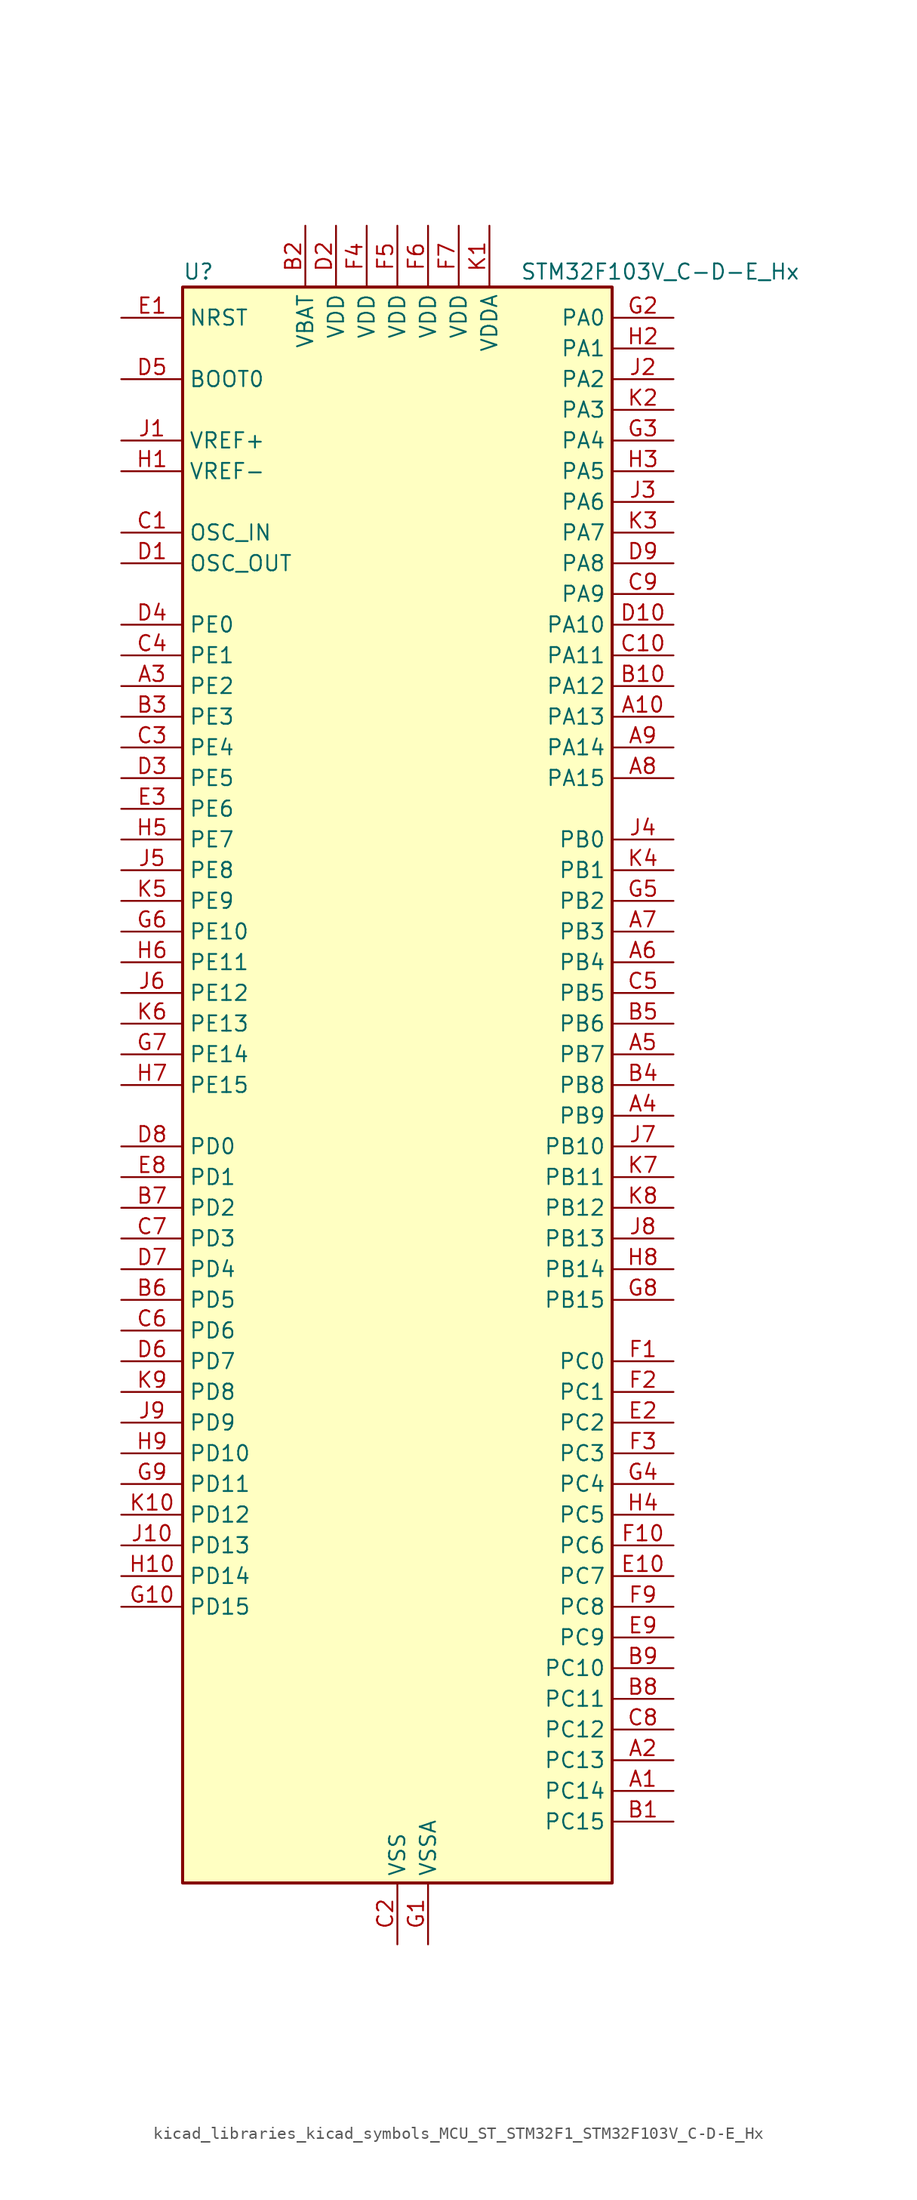
<source format=kicad_sym>
(kicad_symbol_lib
  (version 20220914)
  (generator kicad_symbol_editor)
  (symbol "kicad_libraries_kicad_symbols_MCU_ST_STM32F1_STM32F103V_C-D-E_Hx"
    (property "Reference" "U"
      (at -17.78 67.31 0)
      (effects (font (size 1.27 1.27)) (justify left)))
    (property "Value" "STM32F103V_C-D-E_Hx"
      (at 10.16 67.31 0)
      (effects (font (size 1.27 1.27)) (justify left)))
    (property "ki_locked" ""
      (at 0 0 0)
      (effects (font (size 1.27 1.27))))
    (symbol "kicad_libraries_kicad_symbols_MCU_ST_STM32F1_STM32F103V_C-D-E_Hx_0_1"
      (rectangle (start -17.78 -66.04) (end 17.78 66.04) (stroke (width 0.254) (type default)) (fill (type background))))
    (symbol "kicad_libraries_kicad_symbols_MCU_ST_STM32F1_STM32F103V_C-D-E_Hx_1_1"
      (pin bidirectional line (at 22.86 -58.42 180) (length 5.08) (name "PC14" (effects (font (size 1.27 1.27)))) (number "A1" (effects (font (size 1.27 1.27)))) (alternate "RCC_OSC32_IN" bidirectional line))
      (pin bidirectional line (at 22.86 30.48 180) (length 5.08) (name "PA13" (effects (font (size 1.27 1.27)))) (number "A10" (effects (font (size 1.27 1.27)))) (alternate "SYS_JTMS-SWDIO" bidirectional line))
      (pin bidirectional line (at 22.86 -55.88 180) (length 5.08) (name "PC13" (effects (font (size 1.27 1.27)))) (number "A2" (effects (font (size 1.27 1.27)))) (alternate "RTC_OUT" bidirectional line) (alternate "RTC_TAMPER" bidirectional line))
      (pin bidirectional line (at -22.86 33.02 0) (length 5.08) (name "PE2" (effects (font (size 1.27 1.27)))) (number "A3" (effects (font (size 1.27 1.27)))) (alternate "FSMC_A23" bidirectional line) (alternate "SYS_TRACECLK" bidirectional line))
      (pin bidirectional line (at 22.86 -2.54 180) (length 5.08) (name "PB9" (effects (font (size 1.27 1.27)))) (number "A4" (effects (font (size 1.27 1.27)))) (alternate "CAN_TX" bidirectional line) (alternate "DAC_EXTI9" bidirectional line) (alternate "I2C1_SDA" bidirectional line) (alternate "SDIO_D5" bidirectional line) (alternate "TIM4_CH4" bidirectional line))
      (pin bidirectional line (at 22.86 2.54 180) (length 5.08) (name "PB7" (effects (font (size 1.27 1.27)))) (number "A5" (effects (font (size 1.27 1.27)))) (alternate "FSMC_NL" bidirectional line) (alternate "I2C1_SDA" bidirectional line) (alternate "TIM4_CH2" bidirectional line) (alternate "USART1_RX" bidirectional line))
      (pin bidirectional line (at 22.86 10.16 180) (length 5.08) (name "PB4" (effects (font (size 1.27 1.27)))) (number "A6" (effects (font (size 1.27 1.27)))) (alternate "SPI1_MISO" bidirectional line) (alternate "SPI3_MISO" bidirectional line) (alternate "SYS_NJTRST" bidirectional line) (alternate "TIM3_CH1" bidirectional line))
      (pin bidirectional line (at 22.86 12.7 180) (length 5.08) (name "PB3" (effects (font (size 1.27 1.27)))) (number "A7" (effects (font (size 1.27 1.27)))) (alternate "I2S3_CK" bidirectional line) (alternate "SPI1_SCK" bidirectional line) (alternate "SPI3_SCK" bidirectional line) (alternate "SYS_JTDO-TRACESWO" bidirectional line) (alternate "TIM2_CH2" bidirectional line))
      (pin bidirectional line (at 22.86 25.4 180) (length 5.08) (name "PA15" (effects (font (size 1.27 1.27)))) (number "A8" (effects (font (size 1.27 1.27)))) (alternate "ADC1_EXTI15" bidirectional line) (alternate "ADC2_EXTI15" bidirectional line) (alternate "I2S3_WS" bidirectional line) (alternate "SPI1_NSS" bidirectional line) (alternate "SPI3_NSS" bidirectional line) (alternate "SYS_JTDI" bidirectional line) (alternate "TIM2_CH1" bidirectional line) (alternate "TIM2_ETR" bidirectional line))
      (pin bidirectional line (at 22.86 27.94 180) (length 5.08) (name "PA14" (effects (font (size 1.27 1.27)))) (number "A9" (effects (font (size 1.27 1.27)))) (alternate "SYS_JTCK-SWCLK" bidirectional line))
      (pin bidirectional line (at 22.86 -60.96 180) (length 5.08) (name "PC15" (effects (font (size 1.27 1.27)))) (number "B1" (effects (font (size 1.27 1.27)))) (alternate "ADC1_EXTI15" bidirectional line) (alternate "ADC2_EXTI15" bidirectional line) (alternate "RCC_OSC32_OUT" bidirectional line))
      (pin bidirectional line (at 22.86 33.02 180) (length 5.08) (name "PA12" (effects (font (size 1.27 1.27)))) (number "B10" (effects (font (size 1.27 1.27)))) (alternate "CAN_TX" bidirectional line) (alternate "TIM1_ETR" bidirectional line) (alternate "USART1_RTS" bidirectional line) (alternate "USB_DP" bidirectional line))
      (pin power_in line (at -7.62 71.12 270) (length 5.08) (name "VBAT" (effects (font (size 1.27 1.27)))) (number "B2" (effects (font (size 1.27 1.27)))))
      (pin bidirectional line (at -22.86 30.48 0) (length 5.08) (name "PE3" (effects (font (size 1.27 1.27)))) (number "B3" (effects (font (size 1.27 1.27)))) (alternate "FSMC_A19" bidirectional line) (alternate "SYS_TRACED0" bidirectional line))
      (pin bidirectional line (at 22.86 0 180) (length 5.08) (name "PB8" (effects (font (size 1.27 1.27)))) (number "B4" (effects (font (size 1.27 1.27)))) (alternate "CAN_RX" bidirectional line) (alternate "I2C1_SCL" bidirectional line) (alternate "SDIO_D4" bidirectional line) (alternate "TIM4_CH3" bidirectional line))
      (pin bidirectional line (at 22.86 5.08 180) (length 5.08) (name "PB6" (effects (font (size 1.27 1.27)))) (number "B5" (effects (font (size 1.27 1.27)))) (alternate "I2C1_SCL" bidirectional line) (alternate "TIM4_CH1" bidirectional line) (alternate "USART1_TX" bidirectional line))
      (pin bidirectional line (at -22.86 -17.78 0) (length 5.08) (name "PD5" (effects (font (size 1.27 1.27)))) (number "B6" (effects (font (size 1.27 1.27)))) (alternate "FSMC_NWE" bidirectional line) (alternate "USART2_TX" bidirectional line))
      (pin bidirectional line (at -22.86 -10.16 0) (length 5.08) (name "PD2" (effects (font (size 1.27 1.27)))) (number "B7" (effects (font (size 1.27 1.27)))) (alternate "SDIO_CMD" bidirectional line) (alternate "TIM3_ETR" bidirectional line) (alternate "UART5_RX" bidirectional line))
      (pin bidirectional line (at 22.86 -50.8 180) (length 5.08) (name "PC11" (effects (font (size 1.27 1.27)))) (number "B8" (effects (font (size 1.27 1.27)))) (alternate "ADC1_EXTI11" bidirectional line) (alternate "ADC2_EXTI11" bidirectional line) (alternate "SDIO_D3" bidirectional line) (alternate "UART4_RX" bidirectional line) (alternate "USART3_RX" bidirectional line))
      (pin bidirectional line (at 22.86 -48.26 180) (length 5.08) (name "PC10" (effects (font (size 1.27 1.27)))) (number "B9" (effects (font (size 1.27 1.27)))) (alternate "SDIO_D2" bidirectional line) (alternate "UART4_TX" bidirectional line) (alternate "USART3_TX" bidirectional line))
      (pin input line (at -22.86 45.72 0) (length 5.08) (name "OSC_IN" (effects (font (size 1.27 1.27)))) (number "C1" (effects (font (size 1.27 1.27)))) (alternate "RCC_OSC_IN" bidirectional line))
      (pin bidirectional line (at 22.86 35.56 180) (length 5.08) (name "PA11" (effects (font (size 1.27 1.27)))) (number "C10" (effects (font (size 1.27 1.27)))) (alternate "ADC1_EXTI11" bidirectional line) (alternate "ADC2_EXTI11" bidirectional line) (alternate "CAN_RX" bidirectional line) (alternate "TIM1_CH4" bidirectional line) (alternate "USART1_CTS" bidirectional line) (alternate "USB_DM" bidirectional line))
      (pin power_in line (at 0 -71.12 90) (length 5.08) (name "VSS" (effects (font (size 1.27 1.27)))) (number "C2" (effects (font (size 1.27 1.27)))))
      (pin bidirectional line (at -22.86 27.94 0) (length 5.08) (name "PE4" (effects (font (size 1.27 1.27)))) (number "C3" (effects (font (size 1.27 1.27)))) (alternate "FSMC_A20" bidirectional line) (alternate "SYS_TRACED1" bidirectional line))
      (pin bidirectional line (at -22.86 35.56 0) (length 5.08) (name "PE1" (effects (font (size 1.27 1.27)))) (number "C4" (effects (font (size 1.27 1.27)))) (alternate "FSMC_NBL1" bidirectional line))
      (pin bidirectional line (at 22.86 7.62 180) (length 5.08) (name "PB5" (effects (font (size 1.27 1.27)))) (number "C5" (effects (font (size 1.27 1.27)))) (alternate "I2C1_SMBA" bidirectional line) (alternate "I2S3_SD" bidirectional line) (alternate "SPI1_MOSI" bidirectional line) (alternate "SPI3_MOSI" bidirectional line) (alternate "TIM3_CH2" bidirectional line))
      (pin bidirectional line (at -22.86 -20.32 0) (length 5.08) (name "PD6" (effects (font (size 1.27 1.27)))) (number "C6" (effects (font (size 1.27 1.27)))) (alternate "FSMC_NWAIT" bidirectional line) (alternate "USART2_RX" bidirectional line))
      (pin bidirectional line (at -22.86 -12.7 0) (length 5.08) (name "PD3" (effects (font (size 1.27 1.27)))) (number "C7" (effects (font (size 1.27 1.27)))) (alternate "FSMC_CLK" bidirectional line) (alternate "USART2_CTS" bidirectional line))
      (pin bidirectional line (at 22.86 -53.34 180) (length 5.08) (name "PC12" (effects (font (size 1.27 1.27)))) (number "C8" (effects (font (size 1.27 1.27)))) (alternate "SDIO_CK" bidirectional line) (alternate "UART5_TX" bidirectional line) (alternate "USART3_CK" bidirectional line))
      (pin bidirectional line (at 22.86 40.64 180) (length 5.08) (name "PA9" (effects (font (size 1.27 1.27)))) (number "C9" (effects (font (size 1.27 1.27)))) (alternate "DAC_EXTI9" bidirectional line) (alternate "TIM1_CH2" bidirectional line) (alternate "USART1_TX" bidirectional line))
      (pin input line (at -22.86 43.18 0) (length 5.08) (name "OSC_OUT" (effects (font (size 1.27 1.27)))) (number "D1" (effects (font (size 1.27 1.27)))) (alternate "RCC_OSC_OUT" bidirectional line))
      (pin bidirectional line (at 22.86 38.1 180) (length 5.08) (name "PA10" (effects (font (size 1.27 1.27)))) (number "D10" (effects (font (size 1.27 1.27)))) (alternate "TIM1_CH3" bidirectional line) (alternate "USART1_RX" bidirectional line))
      (pin power_in line (at -5.08 71.12 270) (length 5.08) (name "VDD" (effects (font (size 1.27 1.27)))) (number "D2" (effects (font (size 1.27 1.27)))))
      (pin bidirectional line (at -22.86 25.4 0) (length 5.08) (name "PE5" (effects (font (size 1.27 1.27)))) (number "D3" (effects (font (size 1.27 1.27)))) (alternate "FSMC_A21" bidirectional line) (alternate "SYS_TRACED2" bidirectional line))
      (pin bidirectional line (at -22.86 38.1 0) (length 5.08) (name "PE0" (effects (font (size 1.27 1.27)))) (number "D4" (effects (font (size 1.27 1.27)))) (alternate "FSMC_NBL0" bidirectional line) (alternate "TIM4_ETR" bidirectional line))
      (pin input line (at -22.86 58.42 0) (length 5.08) (name "BOOT0" (effects (font (size 1.27 1.27)))) (number "D5" (effects (font (size 1.27 1.27)))))
      (pin bidirectional line (at -22.86 -22.86 0) (length 5.08) (name "PD7" (effects (font (size 1.27 1.27)))) (number "D6" (effects (font (size 1.27 1.27)))) (alternate "FSMC_NCE2" bidirectional line) (alternate "FSMC_NE1" bidirectional line) (alternate "USART2_CK" bidirectional line))
      (pin bidirectional line (at -22.86 -15.24 0) (length 5.08) (name "PD4" (effects (font (size 1.27 1.27)))) (number "D7" (effects (font (size 1.27 1.27)))) (alternate "FSMC_NOE" bidirectional line) (alternate "USART2_RTS" bidirectional line))
      (pin bidirectional line (at -22.86 -5.08 0) (length 5.08) (name "PD0" (effects (font (size 1.27 1.27)))) (number "D8" (effects (font (size 1.27 1.27)))) (alternate "CAN_RX" bidirectional line) (alternate "FSMC_D2" bidirectional line) (alternate "FSMC_DA2" bidirectional line))
      (pin bidirectional line (at 22.86 43.18 180) (length 5.08) (name "PA8" (effects (font (size 1.27 1.27)))) (number "D9" (effects (font (size 1.27 1.27)))) (alternate "RCC_MCO" bidirectional line) (alternate "TIM1_CH1" bidirectional line) (alternate "USART1_CK" bidirectional line))
      (pin input line (at -22.86 63.5 0) (length 5.08) (name "NRST" (effects (font (size 1.27 1.27)))) (number "E1" (effects (font (size 1.27 1.27)))))
      (pin bidirectional line (at 22.86 -40.64 180) (length 5.08) (name "PC7" (effects (font (size 1.27 1.27)))) (number "E10" (effects (font (size 1.27 1.27)))) (alternate "I2S3_MCK" bidirectional line) (alternate "SDIO_D7" bidirectional line) (alternate "TIM3_CH2" bidirectional line) (alternate "TIM8_CH2" bidirectional line))
      (pin bidirectional line (at 22.86 -27.94 180) (length 5.08) (name "PC2" (effects (font (size 1.27 1.27)))) (number "E2" (effects (font (size 1.27 1.27)))) (alternate "ADC1_IN12" bidirectional line) (alternate "ADC2_IN12" bidirectional line) (alternate "ADC3_IN12" bidirectional line))
      (pin bidirectional line (at -22.86 22.86 0) (length 5.08) (name "PE6" (effects (font (size 1.27 1.27)))) (number "E3" (effects (font (size 1.27 1.27)))) (alternate "FSMC_A22" bidirectional line) (alternate "SYS_TRACED3" bidirectional line))
      (pin passive line (at 0 -71.12 90) (length 5.08) hide (name "VSS" (effects (font (size 1.27 1.27)))) (number "E4" (effects (font (size 1.27 1.27)))))
      (pin passive line (at 0 -71.12 90) (length 5.08) hide (name "VSS" (effects (font (size 1.27 1.27)))) (number "E5" (effects (font (size 1.27 1.27)))))
      (pin passive line (at 0 -71.12 90) (length 5.08) hide (name "VSS" (effects (font (size 1.27 1.27)))) (number "E6" (effects (font (size 1.27 1.27)))))
      (pin passive line (at 0 -71.12 90) (length 5.08) hide (name "VSS" (effects (font (size 1.27 1.27)))) (number "E7" (effects (font (size 1.27 1.27)))))
      (pin bidirectional line (at -22.86 -7.62 0) (length 5.08) (name "PD1" (effects (font (size 1.27 1.27)))) (number "E8" (effects (font (size 1.27 1.27)))) (alternate "CAN_TX" bidirectional line) (alternate "FSMC_D3" bidirectional line) (alternate "FSMC_DA3" bidirectional line))
      (pin bidirectional line (at 22.86 -45.72 180) (length 5.08) (name "PC9" (effects (font (size 1.27 1.27)))) (number "E9" (effects (font (size 1.27 1.27)))) (alternate "DAC_EXTI9" bidirectional line) (alternate "SDIO_D1" bidirectional line) (alternate "TIM3_CH4" bidirectional line) (alternate "TIM8_CH4" bidirectional line))
      (pin bidirectional line (at 22.86 -22.86 180) (length 5.08) (name "PC0" (effects (font (size 1.27 1.27)))) (number "F1" (effects (font (size 1.27 1.27)))) (alternate "ADC1_IN10" bidirectional line) (alternate "ADC2_IN10" bidirectional line) (alternate "ADC3_IN10" bidirectional line))
      (pin bidirectional line (at 22.86 -38.1 180) (length 5.08) (name "PC6" (effects (font (size 1.27 1.27)))) (number "F10" (effects (font (size 1.27 1.27)))) (alternate "I2S2_MCK" bidirectional line) (alternate "SDIO_D6" bidirectional line) (alternate "TIM3_CH1" bidirectional line) (alternate "TIM8_CH1" bidirectional line))
      (pin bidirectional line (at 22.86 -25.4 180) (length 5.08) (name "PC1" (effects (font (size 1.27 1.27)))) (number "F2" (effects (font (size 1.27 1.27)))) (alternate "ADC1_IN11" bidirectional line) (alternate "ADC2_IN11" bidirectional line) (alternate "ADC3_IN11" bidirectional line))
      (pin bidirectional line (at 22.86 -30.48 180) (length 5.08) (name "PC3" (effects (font (size 1.27 1.27)))) (number "F3" (effects (font (size 1.27 1.27)))) (alternate "ADC1_IN13" bidirectional line) (alternate "ADC2_IN13" bidirectional line) (alternate "ADC3_IN13" bidirectional line))
      (pin power_in line (at -2.54 71.12 270) (length 5.08) (name "VDD" (effects (font (size 1.27 1.27)))) (number "F4" (effects (font (size 1.27 1.27)))))
      (pin power_in line (at 0 71.12 270) (length 5.08) (name "VDD" (effects (font (size 1.27 1.27)))) (number "F5" (effects (font (size 1.27 1.27)))))
      (pin power_in line (at 2.54 71.12 270) (length 5.08) (name "VDD" (effects (font (size 1.27 1.27)))) (number "F6" (effects (font (size 1.27 1.27)))))
      (pin power_in line (at 5.08 71.12 270) (length 5.08) (name "VDD" (effects (font (size 1.27 1.27)))) (number "F7" (effects (font (size 1.27 1.27)))))
      (pin no_connect line (at -17.78 -66.04 0) (length 5.08) hide (name "NC" (effects (font (size 1.27 1.27)))) (number "F8" (effects (font (size 1.27 1.27)))))
      (pin bidirectional line (at 22.86 -43.18 180) (length 5.08) (name "PC8" (effects (font (size 1.27 1.27)))) (number "F9" (effects (font (size 1.27 1.27)))) (alternate "SDIO_D0" bidirectional line) (alternate "TIM3_CH3" bidirectional line) (alternate "TIM8_CH3" bidirectional line))
      (pin power_in line (at 2.54 -71.12 90) (length 5.08) (name "VSSA" (effects (font (size 1.27 1.27)))) (number "G1" (effects (font (size 1.27 1.27)))))
      (pin bidirectional line (at -22.86 -43.18 0) (length 5.08) (name "PD15" (effects (font (size 1.27 1.27)))) (number "G10" (effects (font (size 1.27 1.27)))) (alternate "ADC1_EXTI15" bidirectional line) (alternate "ADC2_EXTI15" bidirectional line) (alternate "FSMC_D1" bidirectional line) (alternate "FSMC_DA1" bidirectional line) (alternate "TIM4_CH4" bidirectional line))
      (pin bidirectional line (at 22.86 63.5 180) (length 5.08) (name "PA0" (effects (font (size 1.27 1.27)))) (number "G2" (effects (font (size 1.27 1.27)))) (alternate "ADC1_IN0" bidirectional line) (alternate "ADC2_IN0" bidirectional line) (alternate "ADC3_IN0" bidirectional line) (alternate "SYS_WKUP" bidirectional line) (alternate "TIM2_CH1" bidirectional line) (alternate "TIM2_ETR" bidirectional line) (alternate "TIM5_CH1" bidirectional line) (alternate "TIM8_ETR" bidirectional line) (alternate "USART2_CTS" bidirectional line))
      (pin bidirectional line (at 22.86 53.34 180) (length 5.08) (name "PA4" (effects (font (size 1.27 1.27)))) (number "G3" (effects (font (size 1.27 1.27)))) (alternate "ADC1_IN4" bidirectional line) (alternate "ADC2_IN4" bidirectional line) (alternate "DAC_OUT1" bidirectional line) (alternate "SPI1_NSS" bidirectional line) (alternate "USART2_CK" bidirectional line))
      (pin bidirectional line (at 22.86 -33.02 180) (length 5.08) (name "PC4" (effects (font (size 1.27 1.27)))) (number "G4" (effects (font (size 1.27 1.27)))) (alternate "ADC1_IN14" bidirectional line) (alternate "ADC2_IN14" bidirectional line))
      (pin bidirectional line (at 22.86 15.24 180) (length 5.08) (name "PB2" (effects (font (size 1.27 1.27)))) (number "G5" (effects (font (size 1.27 1.27)))))
      (pin bidirectional line (at -22.86 12.7 0) (length 5.08) (name "PE10" (effects (font (size 1.27 1.27)))) (number "G6" (effects (font (size 1.27 1.27)))) (alternate "FSMC_D7" bidirectional line) (alternate "FSMC_DA7" bidirectional line) (alternate "TIM1_CH2N" bidirectional line))
      (pin bidirectional line (at -22.86 2.54 0) (length 5.08) (name "PE14" (effects (font (size 1.27 1.27)))) (number "G7" (effects (font (size 1.27 1.27)))) (alternate "FSMC_D11" bidirectional line) (alternate "FSMC_DA11" bidirectional line) (alternate "TIM1_CH4" bidirectional line))
      (pin bidirectional line (at 22.86 -17.78 180) (length 5.08) (name "PB15" (effects (font (size 1.27 1.27)))) (number "G8" (effects (font (size 1.27 1.27)))) (alternate "ADC1_EXTI15" bidirectional line) (alternate "ADC2_EXTI15" bidirectional line) (alternate "I2S2_SD" bidirectional line) (alternate "SPI2_MOSI" bidirectional line) (alternate "TIM1_CH3N" bidirectional line))
      (pin bidirectional line (at -22.86 -33.02 0) (length 5.08) (name "PD11" (effects (font (size 1.27 1.27)))) (number "G9" (effects (font (size 1.27 1.27)))) (alternate "ADC1_EXTI11" bidirectional line) (alternate "ADC2_EXTI11" bidirectional line) (alternate "FSMC_A16" bidirectional line) (alternate "FSMC_CLE" bidirectional line) (alternate "USART3_CTS" bidirectional line))
      (pin input line (at -22.86 50.8 0) (length 5.08) (name "VREF-" (effects (font (size 1.27 1.27)))) (number "H1" (effects (font (size 1.27 1.27)))))
      (pin bidirectional line (at -22.86 -40.64 0) (length 5.08) (name "PD14" (effects (font (size 1.27 1.27)))) (number "H10" (effects (font (size 1.27 1.27)))) (alternate "FSMC_D0" bidirectional line) (alternate "FSMC_DA0" bidirectional line) (alternate "TIM4_CH3" bidirectional line))
      (pin bidirectional line (at 22.86 60.96 180) (length 5.08) (name "PA1" (effects (font (size 1.27 1.27)))) (number "H2" (effects (font (size 1.27 1.27)))) (alternate "ADC1_IN1" bidirectional line) (alternate "ADC2_IN1" bidirectional line) (alternate "ADC3_IN1" bidirectional line) (alternate "TIM2_CH2" bidirectional line) (alternate "TIM5_CH2" bidirectional line) (alternate "USART2_RTS" bidirectional line))
      (pin bidirectional line (at 22.86 50.8 180) (length 5.08) (name "PA5" (effects (font (size 1.27 1.27)))) (number "H3" (effects (font (size 1.27 1.27)))) (alternate "ADC1_IN5" bidirectional line) (alternate "ADC2_IN5" bidirectional line) (alternate "DAC_OUT2" bidirectional line) (alternate "SPI1_SCK" bidirectional line))
      (pin bidirectional line (at 22.86 -35.56 180) (length 5.08) (name "PC5" (effects (font (size 1.27 1.27)))) (number "H4" (effects (font (size 1.27 1.27)))) (alternate "ADC1_IN15" bidirectional line) (alternate "ADC2_IN15" bidirectional line))
      (pin bidirectional line (at -22.86 20.32 0) (length 5.08) (name "PE7" (effects (font (size 1.27 1.27)))) (number "H5" (effects (font (size 1.27 1.27)))) (alternate "FSMC_D4" bidirectional line) (alternate "FSMC_DA4" bidirectional line) (alternate "TIM1_ETR" bidirectional line))
      (pin bidirectional line (at -22.86 10.16 0) (length 5.08) (name "PE11" (effects (font (size 1.27 1.27)))) (number "H6" (effects (font (size 1.27 1.27)))) (alternate "ADC1_EXTI11" bidirectional line) (alternate "ADC2_EXTI11" bidirectional line) (alternate "FSMC_D8" bidirectional line) (alternate "FSMC_DA8" bidirectional line) (alternate "TIM1_CH2" bidirectional line))
      (pin bidirectional line (at -22.86 0 0) (length 5.08) (name "PE15" (effects (font (size 1.27 1.27)))) (number "H7" (effects (font (size 1.27 1.27)))) (alternate "ADC1_EXTI15" bidirectional line) (alternate "ADC2_EXTI15" bidirectional line) (alternate "FSMC_D12" bidirectional line) (alternate "FSMC_DA12" bidirectional line) (alternate "TIM1_BKIN" bidirectional line))
      (pin bidirectional line (at 22.86 -15.24 180) (length 5.08) (name "PB14" (effects (font (size 1.27 1.27)))) (number "H8" (effects (font (size 1.27 1.27)))) (alternate "SPI2_MISO" bidirectional line) (alternate "TIM1_CH2N" bidirectional line) (alternate "USART3_RTS" bidirectional line))
      (pin bidirectional line (at -22.86 -30.48 0) (length 5.08) (name "PD10" (effects (font (size 1.27 1.27)))) (number "H9" (effects (font (size 1.27 1.27)))) (alternate "FSMC_D15" bidirectional line) (alternate "FSMC_DA15" bidirectional line) (alternate "USART3_CK" bidirectional line))
      (pin input line (at -22.86 53.34 0) (length 5.08) (name "VREF+" (effects (font (size 1.27 1.27)))) (number "J1" (effects (font (size 1.27 1.27)))))
      (pin bidirectional line (at -22.86 -38.1 0) (length 5.08) (name "PD13" (effects (font (size 1.27 1.27)))) (number "J10" (effects (font (size 1.27 1.27)))) (alternate "FSMC_A18" bidirectional line) (alternate "TIM4_CH2" bidirectional line))
      (pin bidirectional line (at 22.86 58.42 180) (length 5.08) (name "PA2" (effects (font (size 1.27 1.27)))) (number "J2" (effects (font (size 1.27 1.27)))) (alternate "ADC1_IN2" bidirectional line) (alternate "ADC2_IN2" bidirectional line) (alternate "ADC3_IN2" bidirectional line) (alternate "TIM2_CH3" bidirectional line) (alternate "TIM5_CH3" bidirectional line) (alternate "USART2_TX" bidirectional line))
      (pin bidirectional line (at 22.86 48.26 180) (length 5.08) (name "PA6" (effects (font (size 1.27 1.27)))) (number "J3" (effects (font (size 1.27 1.27)))) (alternate "ADC1_IN6" bidirectional line) (alternate "ADC2_IN6" bidirectional line) (alternate "SPI1_MISO" bidirectional line) (alternate "TIM1_BKIN" bidirectional line) (alternate "TIM3_CH1" bidirectional line) (alternate "TIM8_BKIN" bidirectional line))
      (pin bidirectional line (at 22.86 20.32 180) (length 5.08) (name "PB0" (effects (font (size 1.27 1.27)))) (number "J4" (effects (font (size 1.27 1.27)))) (alternate "ADC1_IN8" bidirectional line) (alternate "ADC2_IN8" bidirectional line) (alternate "TIM1_CH2N" bidirectional line) (alternate "TIM3_CH3" bidirectional line) (alternate "TIM8_CH2N" bidirectional line))
      (pin bidirectional line (at -22.86 17.78 0) (length 5.08) (name "PE8" (effects (font (size 1.27 1.27)))) (number "J5" (effects (font (size 1.27 1.27)))) (alternate "FSMC_D5" bidirectional line) (alternate "FSMC_DA5" bidirectional line) (alternate "TIM1_CH1N" bidirectional line))
      (pin bidirectional line (at -22.86 7.62 0) (length 5.08) (name "PE12" (effects (font (size 1.27 1.27)))) (number "J6" (effects (font (size 1.27 1.27)))) (alternate "FSMC_D9" bidirectional line) (alternate "FSMC_DA9" bidirectional line) (alternate "TIM1_CH3N" bidirectional line))
      (pin bidirectional line (at 22.86 -5.08 180) (length 5.08) (name "PB10" (effects (font (size 1.27 1.27)))) (number "J7" (effects (font (size 1.27 1.27)))) (alternate "I2C2_SCL" bidirectional line) (alternate "TIM2_CH3" bidirectional line) (alternate "USART3_TX" bidirectional line))
      (pin bidirectional line (at 22.86 -12.7 180) (length 5.08) (name "PB13" (effects (font (size 1.27 1.27)))) (number "J8" (effects (font (size 1.27 1.27)))) (alternate "I2S2_CK" bidirectional line) (alternate "SPI2_SCK" bidirectional line) (alternate "TIM1_CH1N" bidirectional line) (alternate "USART3_CTS" bidirectional line))
      (pin bidirectional line (at -22.86 -27.94 0) (length 5.08) (name "PD9" (effects (font (size 1.27 1.27)))) (number "J9" (effects (font (size 1.27 1.27)))) (alternate "DAC_EXTI9" bidirectional line) (alternate "FSMC_D14" bidirectional line) (alternate "FSMC_DA14" bidirectional line) (alternate "USART3_RX" bidirectional line))
      (pin power_in line (at 7.62 71.12 270) (length 5.08) (name "VDDA" (effects (font (size 1.27 1.27)))) (number "K1" (effects (font (size 1.27 1.27)))))
      (pin bidirectional line (at -22.86 -35.56 0) (length 5.08) (name "PD12" (effects (font (size 1.27 1.27)))) (number "K10" (effects (font (size 1.27 1.27)))) (alternate "FSMC_A17" bidirectional line) (alternate "FSMC_ALE" bidirectional line) (alternate "TIM4_CH1" bidirectional line) (alternate "USART3_RTS" bidirectional line))
      (pin bidirectional line (at 22.86 55.88 180) (length 5.08) (name "PA3" (effects (font (size 1.27 1.27)))) (number "K2" (effects (font (size 1.27 1.27)))) (alternate "ADC1_IN3" bidirectional line) (alternate "ADC2_IN3" bidirectional line) (alternate "ADC3_IN3" bidirectional line) (alternate "TIM2_CH4" bidirectional line) (alternate "TIM5_CH4" bidirectional line) (alternate "USART2_RX" bidirectional line))
      (pin bidirectional line (at 22.86 45.72 180) (length 5.08) (name "PA7" (effects (font (size 1.27 1.27)))) (number "K3" (effects (font (size 1.27 1.27)))) (alternate "ADC1_IN7" bidirectional line) (alternate "ADC2_IN7" bidirectional line) (alternate "SPI1_MOSI" bidirectional line) (alternate "TIM1_CH1N" bidirectional line) (alternate "TIM3_CH2" bidirectional line) (alternate "TIM8_CH1N" bidirectional line))
      (pin bidirectional line (at 22.86 17.78 180) (length 5.08) (name "PB1" (effects (font (size 1.27 1.27)))) (number "K4" (effects (font (size 1.27 1.27)))) (alternate "ADC1_IN9" bidirectional line) (alternate "ADC2_IN9" bidirectional line) (alternate "TIM1_CH3N" bidirectional line) (alternate "TIM3_CH4" bidirectional line) (alternate "TIM8_CH3N" bidirectional line))
      (pin bidirectional line (at -22.86 15.24 0) (length 5.08) (name "PE9" (effects (font (size 1.27 1.27)))) (number "K5" (effects (font (size 1.27 1.27)))) (alternate "DAC_EXTI9" bidirectional line) (alternate "FSMC_D6" bidirectional line) (alternate "FSMC_DA6" bidirectional line) (alternate "TIM1_CH1" bidirectional line))
      (pin bidirectional line (at -22.86 5.08 0) (length 5.08) (name "PE13" (effects (font (size 1.27 1.27)))) (number "K6" (effects (font (size 1.27 1.27)))) (alternate "FSMC_D10" bidirectional line) (alternate "FSMC_DA10" bidirectional line) (alternate "TIM1_CH3" bidirectional line))
      (pin bidirectional line (at 22.86 -7.62 180) (length 5.08) (name "PB11" (effects (font (size 1.27 1.27)))) (number "K7" (effects (font (size 1.27 1.27)))) (alternate "ADC1_EXTI11" bidirectional line) (alternate "ADC2_EXTI11" bidirectional line) (alternate "I2C2_SDA" bidirectional line) (alternate "TIM2_CH4" bidirectional line) (alternate "USART3_RX" bidirectional line))
      (pin bidirectional line (at 22.86 -10.16 180) (length 5.08) (name "PB12" (effects (font (size 1.27 1.27)))) (number "K8" (effects (font (size 1.27 1.27)))) (alternate "I2C2_SMBA" bidirectional line) (alternate "I2S2_WS" bidirectional line) (alternate "SPI2_NSS" bidirectional line) (alternate "TIM1_BKIN" bidirectional line) (alternate "USART3_CK" bidirectional line))
      (pin bidirectional line (at -22.86 -25.4 0) (length 5.08) (name "PD8" (effects (font (size 1.27 1.27)))) (number "K9" (effects (font (size 1.27 1.27)))) (alternate "FSMC_D13" bidirectional line) (alternate "FSMC_DA13" bidirectional line) (alternate "USART3_TX" bidirectional line)))))
</source>
